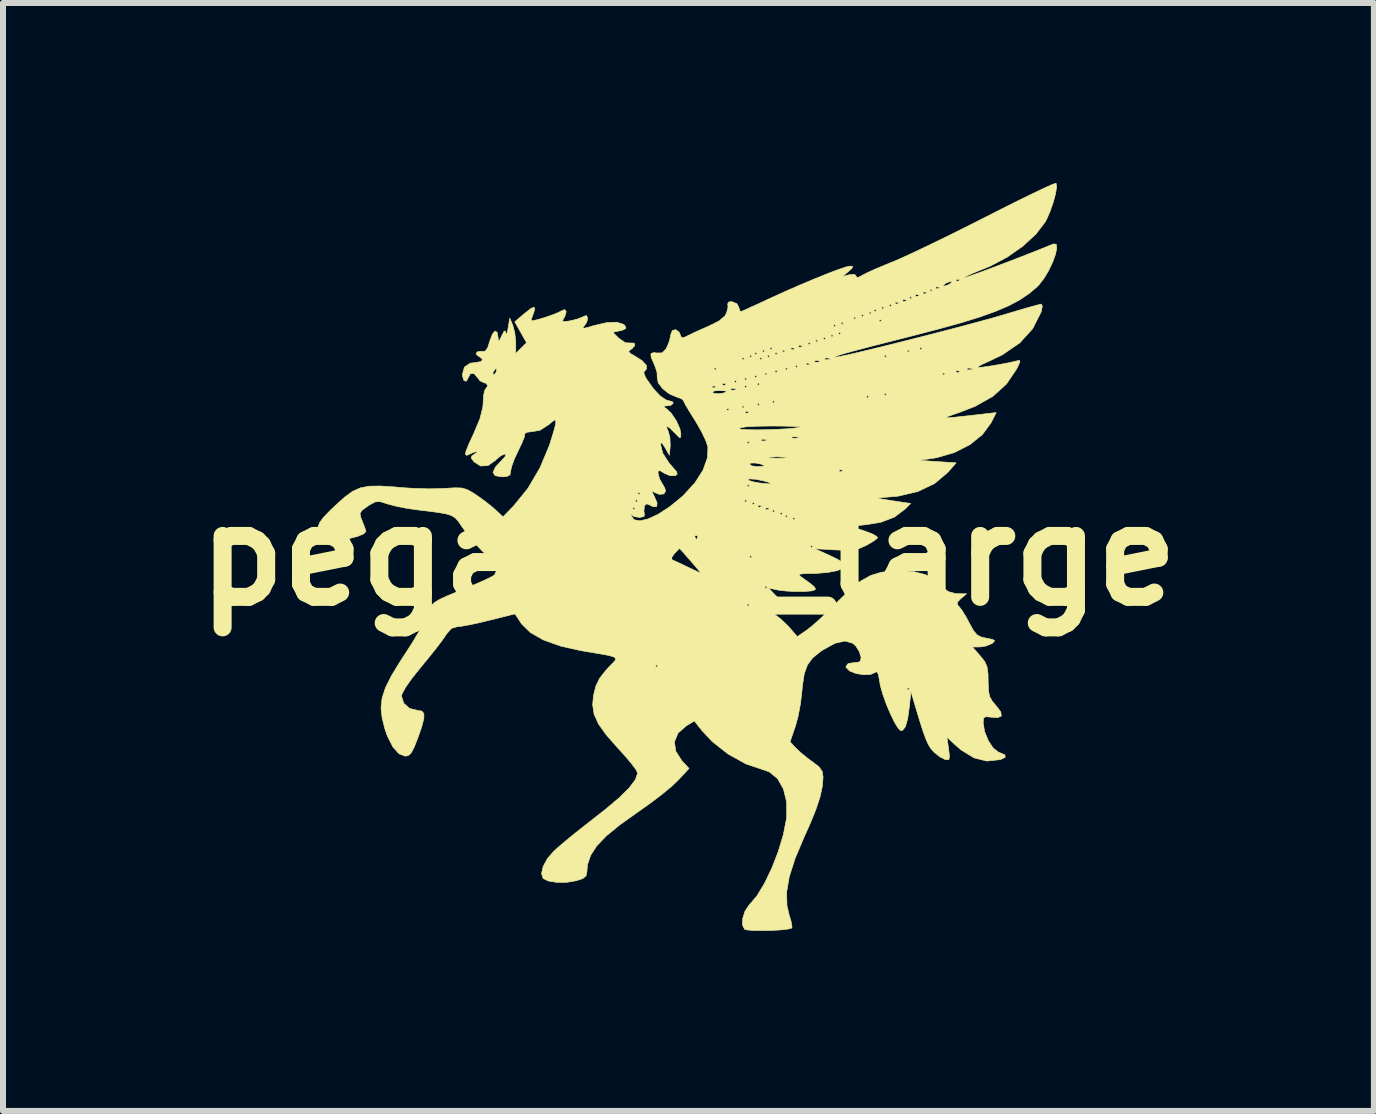
<source format=kicad_pcb>
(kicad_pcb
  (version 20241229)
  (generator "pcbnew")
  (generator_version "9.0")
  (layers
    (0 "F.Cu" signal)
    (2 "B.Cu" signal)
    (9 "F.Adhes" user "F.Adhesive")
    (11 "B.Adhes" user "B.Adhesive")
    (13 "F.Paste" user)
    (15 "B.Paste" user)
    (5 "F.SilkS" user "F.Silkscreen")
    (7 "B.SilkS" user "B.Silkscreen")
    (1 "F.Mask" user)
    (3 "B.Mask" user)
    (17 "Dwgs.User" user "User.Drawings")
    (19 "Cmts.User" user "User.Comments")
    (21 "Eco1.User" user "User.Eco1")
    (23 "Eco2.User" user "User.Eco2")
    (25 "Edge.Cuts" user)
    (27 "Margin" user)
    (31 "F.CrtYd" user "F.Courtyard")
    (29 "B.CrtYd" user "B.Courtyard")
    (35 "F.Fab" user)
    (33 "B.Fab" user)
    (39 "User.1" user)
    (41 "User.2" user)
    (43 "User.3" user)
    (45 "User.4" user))
  (footprint "pegasus_large"
    (layer "F.Cu")
    (at 8.426 6.21)
    (property "Reference" "pegasus_large" (at 0 0 0) (layer "F.SilkS") (effects (font (size 1.524 1.524) (thickness 0.3))))
    (attr through_hole)
    (fp_poly (pts (xy 6.137 -6.146) (xy 6.119 -6.032) (xy 6.08 -5.887) (xy 6.027 -5.735) (xy 5.967 -5.598) (xy 5.944 -5.557) (xy 5.791 -5.357) (xy 5.575 -5.158) (xy 5.316 -4.976) (xy 5.034 -4.826) (xy 4.929 -4.783) (xy 4.774 -4.72) (xy 4.656 -4.669) (xy 4.593 -4.635) (xy 4.587 -4.628) (xy 4.628 -4.638) (xy 4.735 -4.675) (xy 4.894 -4.732) (xy 5.091 -4.806) (xy 5.313 -4.89) (xy 5.547 -4.98) (xy 5.779 -5.071) (xy 5.996 -5.158) (xy 6.085 -5.194) (xy 6.131 -5.188) (xy 6.139 -5.124) (xy 6.117 -5.019) (xy 6.07 -4.889) (xy 6.004 -4.75) (xy 5.925 -4.618) (xy 5.84 -4.509) (xy 5.814 -4.482) (xy 5.678 -4.367) (xy 5.524 -4.263) (xy 5.343 -4.166) (xy 5.126 -4.073) (xy 4.862 -3.978) (xy 4.543 -3.879) (xy 4.159 -3.773) (xy 3.737 -3.663) (xy 3.351 -3.565) (xy 3.042 -3.486) (xy 2.803 -3.423) (xy 2.629 -3.376) (xy 2.514 -3.342) (xy 2.452 -3.32) (xy 2.437 -3.308) (xy 2.448 -3.306) (xy 2.511 -3.315) (xy 2.551 -3.323) (xy 3.26 -3.323) (xy 3.281 -3.302) (xy 3.302 -3.323) (xy 3.281 -3.344) (xy 3.26 -3.323) (xy 2.551 -3.323) (xy 2.643 -3.342) (xy 2.833 -3.386) (xy 2.924 -3.408) (xy 3.641 -3.408) (xy 3.662 -3.387) (xy 3.683 -3.408) (xy 3.662 -3.429) (xy 3.641 -3.408) (xy 2.924 -3.408) (xy 3.071 -3.443) (xy 3.1 -3.45) (xy 3.852 -3.45) (xy 3.873 -3.429) (xy 3.895 -3.45) (xy 3.873 -3.471) (xy 3.852 -3.45) (xy 3.1 -3.45) (xy 3.343 -3.51) (xy 3.638 -3.584) (xy 3.945 -3.662) (xy 4.252 -3.741) (xy 4.547 -3.818) (xy 4.818 -3.891) (xy 5.054 -3.955) (xy 5.243 -4.01) (xy 5.281 -4.021) (xy 5.488 -4.083) (xy 5.667 -4.135) (xy 5.801 -4.172) (xy 5.874 -4.19) (xy 5.882 -4.191) (xy 5.898 -4.156) (xy 5.879 -4.065) (xy 5.875 -4.053) (xy 5.737 -3.781) (xy 5.523 -3.545) (xy 5.233 -3.346) (xy 5.005 -3.237) (xy 4.891 -3.185) (xy 4.828 -3.149) (xy 4.829 -3.134) (xy 4.908 -3.141) (xy 5.04 -3.16) (xy 5.195 -3.186) (xy 5.344 -3.214) (xy 5.456 -3.24) (xy 5.474 -3.245) (xy 5.519 -3.253) (xy 5.525 -3.228) (xy 5.492 -3.154) (xy 5.467 -3.105) (xy 5.3 -2.858) (xy 5.075 -2.655) (xy 4.783 -2.489) (xy 4.522 -2.387) (xy 4.4 -2.345) (xy 4.321 -2.317) (xy 4.292 -2.301) (xy 4.32 -2.296) (xy 4.411 -2.303) (xy 4.572 -2.32) (xy 4.808 -2.346) (xy 4.883 -2.355) (xy 5.13 -2.383) (xy 5.042 -2.21) (xy 4.899 -2.016) (xy 4.691 -1.848) (xy 4.433 -1.717) (xy 4.143 -1.632) (xy 4.053 -1.617) (xy 3.831 -1.587) (xy 4.146 -1.566) (xy 4.462 -1.545) (xy 4.32 -1.384) (xy 4.103 -1.2) (xy 3.824 -1.067) (xy 3.491 -0.989) (xy 3.247 -0.968) (xy 3.173 -0.963) (xy 3.168 -0.954) (xy 3.237 -0.939) (xy 3.384 -0.916) (xy 3.387 -0.915) (xy 3.704 -0.868) (xy 3.611 -0.775) (xy 3.432 -0.64) (xy 3.205 -0.554) (xy 2.969 -0.515) (xy 2.69 -0.487) (xy 2.933 -0.41) (xy 3.057 -0.364) (xy 3.136 -0.321) (xy 3.152 -0.293) (xy 3.102 -0.251) (xy 3.003 -0.191) (xy 2.952 -0.164) (xy 2.845 -0.117) (xy 2.736 -0.093) (xy 2.596 -0.088) (xy 2.442 -0.094) (xy 2.106 -0.114) (xy 2.365 0.004) (xy 2.496 0.069) (xy 2.589 0.126) (xy 2.625 0.163) (xy 2.585 0.21) (xy 2.478 0.252) (xy 2.321 0.282) (xy 2.13 0.298) (xy 2.079 0.299) (xy 1.933 0.301) (xy 1.859 0.31) (xy 1.846 0.327) (xy 1.88 0.358) (xy 1.884 0.36) (xy 2.016 0.455) (xy 2.09 0.515) (xy 2.116 0.55) (xy 2.11 0.571) (xy 2.05 0.59) (xy 1.932 0.599) (xy 1.783 0.6) (xy 1.629 0.592) (xy 1.497 0.576) (xy 1.481 0.573) (xy 1.333 0.541) (xy 1.501 0.715) (xy 1.668 0.889) (xy 1.291 0.889) (xy 1.418 0.967) (xy 1.526 1.048) (xy 1.644 1.159) (xy 1.68 1.197) (xy 1.814 1.351) (xy 1.974 1.242) (xy 2.069 1.167) (xy 2.203 1.048) (xy 2.355 0.902) (xy 2.475 0.781) (xy 2.686 0.575) (xy 2.867 0.428) (xy 3.036 0.333) (xy 3.212 0.279) (xy 3.413 0.257) (xy 3.504 0.255) (xy 3.758 0.269) (xy 3.953 0.32) (xy 4.113 0.413) (xy 4.21 0.503) (xy 4.327 0.6) (xy 4.451 0.635) (xy 4.485 0.636) (xy 4.636 0.638) (xy 4.541 0.717) (xy 4.48 0.779) (xy 4.484 0.823) (xy 4.505 0.844) (xy 4.555 0.907) (xy 4.624 1.018) (xy 4.679 1.121) (xy 4.75 1.251) (xy 4.812 1.324) (xy 4.887 1.361) (xy 4.967 1.378) (xy 5.071 1.399) (xy 5.104 1.42) (xy 5.077 1.452) (xy 5.059 1.466) (xy 4.957 1.509) (xy 4.856 1.524) (xy 4.733 1.524) (xy 4.864 1.674) (xy 4.938 1.767) (xy 4.977 1.855) (xy 4.993 1.971) (xy 4.995 2.092) (xy 5 2.248) (xy 5.02 2.351) (xy 5.066 2.432) (xy 5.122 2.497) (xy 5.206 2.606) (xy 5.215 2.675) (xy 5.151 2.703) (xy 5.053 2.695) (xy 4.957 2.686) (xy 4.918 2.711) (xy 4.912 2.786) (xy 4.936 2.935) (xy 4.997 3.085) (xy 5.079 3.209) (xy 5.169 3.279) (xy 5.183 3.284) (xy 5.273 3.321) (xy 5.281 3.362) (xy 5.205 3.4) (xy 5.196 3.402) (xy 4.974 3.426) (xy 4.76 3.373) (xy 4.545 3.241) (xy 4.451 3.16) (xy 4.308 3.027) (xy 4.336 3.224) (xy 4.35 3.343) (xy 4.343 3.397) (xy 4.309 3.406) (xy 4.279 3.4) (xy 4.19 3.355) (xy 4.093 3.277) (xy 4.089 3.273) (xy 4.041 3.218) (xy 3.998 3.15) (xy 3.955 3.054) (xy 3.905 2.915) (xy 3.844 2.721) (xy 3.783 2.519) (xy 3.708 2.265) (xy 3.682 2.519) (xy 3.653 2.725) (xy 3.616 2.854) (xy 3.569 2.913) (xy 3.541 2.92) (xy 3.497 2.881) (xy 3.436 2.782) (xy 3.368 2.642) (xy 3.299 2.48) (xy 3.24 2.316) (xy 3.214 2.223) (xy 3.641 2.223) (xy 3.662 2.244) (xy 3.683 2.223) (xy 3.662 2.201) (xy 3.641 2.223) (xy 3.214 2.223) (xy 3.199 2.171) (xy 3.186 2.097) (xy 3.165 1.977) (xy 3.138 1.935) (xy 3.118 1.945) (xy 3.037 1.982) (xy 2.919 1.987) (xy 2.793 1.966) (xy 2.687 1.925) (xy 2.629 1.868) (xy 2.625 1.848) (xy 2.662 1.801) (xy 2.732 1.789) (xy 2.823 1.78) (xy 2.864 1.764) (xy 2.878 1.698) (xy 2.848 1.602) (xy 2.789 1.508) (xy 2.737 1.461) (xy 2.608 1.425) (xy 2.441 1.463) (xy 2.236 1.576) (xy 2.194 1.605) (xy 2.067 1.709) (xy 1.983 1.824) (xy 1.93 1.971) (xy 1.899 2.173) (xy 1.891 2.265) (xy 1.867 2.47) (xy 1.827 2.681) (xy 1.78 2.854) (xy 1.779 2.854) (xy 1.693 3.105) (xy 1.788 3.208) (xy 1.882 3.295) (xy 2.007 3.395) (xy 2.064 3.436) (xy 2.175 3.522) (xy 2.229 3.598) (xy 2.243 3.689) (xy 2.243 3.696) (xy 2.23 3.853) (xy 2.192 4.028) (xy 2.124 4.234) (xy 2.02 4.488) (xy 1.929 4.689) (xy 1.778 5.048) (xy 1.68 5.353) (xy 1.636 5.614) (xy 1.642 5.839) (xy 1.677 5.987) (xy 1.712 6.105) (xy 1.726 6.188) (xy 1.722 6.209) (xy 1.664 6.226) (xy 1.547 6.24) (xy 1.395 6.249) (xy 1.232 6.252) (xy 1.085 6.25) (xy 0.976 6.241) (xy 0.936 6.23) (xy 0.9 6.16) (xy 0.904 6.049) (xy 0.942 5.929) (xy 1.007 5.83) (xy 1.016 5.821) (xy 1.141 5.673) (xy 1.269 5.461) (xy 1.391 5.207) (xy 1.498 4.931) (xy 1.581 4.654) (xy 1.632 4.396) (xy 1.637 4.356) (xy 1.636 4.107) (xy 1.583 3.891) (xy 1.485 3.719) (xy 1.348 3.607) (xy 1.259 3.575) (xy 0.959 3.474) (xy 0.661 3.309) (xy 0.392 3.097) (xy 0.221 2.913) (xy 0.098 2.757) (xy -0.037 2.839) (xy -0.175 2.961) (xy -0.234 3.105) (xy -0.212 3.262) (xy -0.108 3.424) (xy -0.097 3.436) (xy 0.009 3.549) (xy -0.175 3.747) (xy -0.28 3.846) (xy -0.436 3.976) (xy -0.624 4.119) (xy -0.824 4.262) (xy -0.855 4.283) (xy -1.148 4.492) (xy -1.371 4.675) (xy -1.53 4.841) (xy -1.631 4.998) (xy -1.683 5.153) (xy -1.693 5.268) (xy -1.707 5.339) (xy -1.763 5.385) (xy -1.872 5.421) (xy -2.028 5.447) (xy -2.192 5.448) (xy -2.333 5.426) (xy -2.422 5.384) (xy -2.422 5.384) (xy -2.449 5.302) (xy -2.423 5.185) (xy -2.352 5.053) (xy -2.251 4.936) (xy -2.185 4.875) (xy -2.116 4.815) (xy -2.033 4.745) (xy -1.925 4.657) (xy -1.782 4.543) (xy -1.591 4.393) (xy -1.388 4.234) (xy -1.159 4.042) (xy -0.988 3.873) (xy -0.883 3.733) (xy -0.847 3.627) (xy -0.874 3.57) (xy -0.95 3.468) (xy -1.061 3.336) (xy -1.183 3.202) (xy -1.372 2.987) (xy -1.5 2.807) (xy -1.573 2.645) (xy -1.597 2.489) (xy -1.584 2.338) (xy -1.544 2.177) (xy -1.482 2.048) (xy -1.378 1.915) (xy -1.322 1.854) (xy -1.309 1.841) (xy -0.55 1.841) (xy -0.529 1.863) (xy -0.508 1.841) (xy -0.529 1.82) (xy -0.55 1.841) (xy -1.309 1.841) (xy -1.26 1.791) (xy -1.22 1.746) (xy -1.213 1.714) (xy -1.247 1.689) (xy -1.332 1.665) (xy -1.479 1.638) (xy -1.695 1.602) (xy -1.79 1.586) (xy -2.133 1.509) (xy -2.418 1.407) (xy -2.637 1.282) (xy -2.782 1.14) (xy -2.795 1.12) (xy -2.854 1.028) (xy -2.889 0.978) (xy -2.894 0.974) (xy -2.935 0.983) (xy -3.041 1.01) (xy -3.194 1.048) (xy -3.319 1.079) (xy -3.508 1.125) (xy -3.678 1.16) (xy -3.804 1.182) (xy -3.849 1.185) (xy -3.95 1.214) (xy -4.034 1.309) (xy -4.041 1.321) (xy -4.1 1.407) (xy -4.2 1.539) (xy -4.326 1.697) (xy -4.452 1.85) (xy -4.607 2.043) (xy -4.717 2.199) (xy -4.775 2.307) (xy -4.784 2.343) (xy -4.746 2.463) (xy -4.648 2.549) (xy -4.516 2.582) (xy -4.445 2.593) (xy -4.41 2.635) (xy -4.411 2.718) (xy -4.447 2.856) (xy -4.513 3.046) (xy -4.575 3.202) (xy -4.624 3.293) (xy -4.672 3.335) (xy -4.722 3.344) (xy -4.826 3.304) (xy -4.927 3.19) (xy -5.018 3.012) (xy -5.06 2.891) (xy -5.107 2.704) (xy -5.125 2.538) (xy -5.107 2.376) (xy -5.051 2.204) (xy -4.951 2.004) (xy -4.804 1.763) (xy -4.717 1.63) (xy -4.594 1.439) (xy -4.486 1.256) (xy -4.402 1.101) (xy -4.355 0.994) (xy -4.354 0.989) (xy -4.326 0.906) (xy -4.294 0.843) (xy -4.277 0.826) (xy 0.974 0.826) (xy 0.995 0.847) (xy 1.016 0.826) (xy 0.995 0.804) (xy 0.974 0.826) (xy -4.277 0.826) (xy -4.243 0.79) (xy -4.161 0.738) (xy -4.034 0.678) (xy -3.849 0.601) (xy -3.722 0.549) (xy -3.674 0.529) (xy 1.27 0.529) (xy 1.291 0.55) (xy 1.312 0.529) (xy 1.291 0.508) (xy 1.27 0.529) (xy -3.674 0.529) (xy -3.539 0.473) (xy -3.384 0.404) (xy -3.275 0.35) (xy -3.231 0.323) (xy -3.202 0.254) (xy -3.205 0.159) (xy -3.234 0.077) (xy -3.28 0.042) (xy -3.3 0.032) (xy -0.28 0.032) (xy -0.275 0.069) (xy -0.216 0.096) (xy -0.108 0.146) (xy -0.021 0.188) (xy 0.097 0.244) (xy 0.18 0.283) (xy 0.205 0.293) (xy 0.186 0.266) (xy 0.125 0.192) (xy 0.035 0.088) (xy -0.024 0.021) (xy 1.016 0.021) (xy 1.037 0.042) (xy 1.058 0.021) (xy 1.037 0) (xy 1.016 0.021) (xy -0.024 0.021) (xy -0.148 -0.12) (xy -0.233 -0.034) (xy -0.28 0.032) (xy -3.3 0.032) (xy -3.34 0.011) (xy -3.435 -0.073) (xy -3.506 -0.148) (xy 2.032 -0.148) (xy 2.053 -0.127) (xy 2.074 -0.148) (xy 2.053 -0.169) (xy 2.032 -0.148) (xy -3.506 -0.148) (xy -3.548 -0.193) (xy -3.649 -0.313) (xy 0.104 -0.313) (xy 0.127 -0.275) (xy 0.191 -0.222) (xy 0.222 -0.212) (xy 0.235 -0.237) (xy 0.212 -0.275) (xy 0.148 -0.329) (xy 0.117 -0.339) (xy 0.104 -0.313) (xy -3.649 -0.313) (xy -3.666 -0.333) (xy -3.772 -0.476) (xy -3.789 -0.501) (xy -3.813 -0.536) (xy 2.596 -0.536) (xy 2.602 -0.511) (xy 2.625 -0.508) (xy 2.66 -0.523) (xy 2.653 -0.536) (xy 2.603 -0.541) (xy 2.596 -0.536) (xy -3.813 -0.536) (xy -3.84 -0.576) (xy -3.889 -0.629) (xy -3.952 -0.667) (xy -4.043 -0.695) (xy -4.179 -0.719) (xy -4.375 -0.744) (xy -4.508 -0.76) (xy -4.697 -0.787) (xy -4.877 -0.823) (xy -5.013 -0.859) (xy -5.022 -0.862) (xy -5.137 -0.898) (xy -5.216 -0.896) (xy -5.301 -0.853) (xy -5.348 -0.822) (xy -5.441 -0.755) (xy -5.475 -0.703) (xy -5.462 -0.634) (xy -5.438 -0.573) (xy -5.398 -0.471) (xy -5.377 -0.407) (xy -5.376 -0.401) (xy -5.415 -0.36) (xy -5.515 -0.319) (xy -5.655 -0.283) (xy -5.811 -0.26) (xy -5.925 -0.254) (xy -6.181 -0.254) (xy -6.181 -0.405) (xy -6.173 -0.483) (xy -6.144 -0.555) (xy -6.081 -0.639) (xy -5.972 -0.751) (xy -5.88 -0.839) (xy -5.728 -0.975) (xy -5.598 -1.07) (xy -5.469 -1.128) (xy -5.322 -1.156) (xy -5.137 -1.159) (xy -4.894 -1.143) (xy -4.805 -1.134) (xy -4.577 -1.119) (xy -4.336 -1.112) (xy -4.124 -1.115) (xy -4.061 -1.119) (xy -3.894 -1.129) (xy -3.781 -1.126) (xy -3.694 -1.101) (xy -3.601 -1.05) (xy -3.543 -1.013) (xy -3.403 -0.914) (xy -3.271 -0.809) (xy -3.219 -0.763) (xy -3.092 -0.645) (xy -2.957 -0.783) (xy -0.931 -0.783) (xy -0.91 -0.762) (xy -0.889 -0.783) (xy -0.91 -0.804) (xy -0.931 -0.783) (xy -2.957 -0.783) (xy -2.911 -0.83) (xy -2.846 -0.91) (xy -0.889 -0.91) (xy -0.868 -0.889) (xy -0.847 -0.91) (xy -0.868 -0.931) (xy -0.889 -0.91) (xy -2.846 -0.91) (xy -2.743 -1.037) (xy -0.847 -1.037) (xy -0.826 -1.016) (xy -0.804 -1.037) (xy -0.826 -1.058) (xy -0.847 -1.037) (xy -2.743 -1.037) (xy -2.677 -1.119) (xy -2.475 -1.462) (xy -2.32 -1.832) (xy -2.306 -1.875) (xy -2.246 -2.07) (xy -2.214 -2.193) (xy -2.211 -2.253) (xy -2.236 -2.258) (xy -2.291 -2.215) (xy -2.321 -2.187) (xy -2.476 -2.088) (xy -2.595 -2.067) (xy -2.689 -2.055) (xy -2.729 -2.034) (xy -2.728 -2.029) (xy -2.736 -1.977) (xy -2.776 -1.875) (xy -2.836 -1.751) (xy -2.903 -1.608) (xy -2.949 -1.481) (xy -2.963 -1.409) (xy -2.976 -1.343) (xy -3.031 -1.316) (xy -3.111 -1.312) (xy -3.223 -1.331) (xy -3.258 -1.385) (xy -3.218 -1.474) (xy -3.128 -1.571) (xy -3.057 -1.648) (xy -3.044 -1.689) (xy -3.057 -1.693) (xy -3.126 -1.665) (xy -3.211 -1.595) (xy -3.217 -1.587) (xy -3.341 -1.5) (xy -3.464 -1.492) (xy -3.574 -1.562) (xy -3.622 -1.625) (xy -3.61 -1.662) (xy -3.57 -1.688) (xy -3.522 -1.724) (xy -3.537 -1.733) (xy -3.599 -1.713) (xy -3.643 -1.692) (xy -3.696 -1.67) (xy -3.718 -1.684) (xy -3.707 -1.743) (xy -3.661 -1.857) (xy -3.578 -2.037) (xy -3.574 -2.046) (xy -3.474 -2.286) (xy -3.427 -2.479) (xy -3.422 -2.558) (xy -3.414 -2.679) (xy -3.394 -2.76) (xy -3.383 -2.775) (xy -3.345 -2.828) (xy -3.373 -2.872) (xy -3.406 -2.879) (xy -3.474 -2.912) (xy -3.514 -2.963) (xy -3.577 -3.037) (xy -3.635 -3.032) (xy -3.671 -2.964) (xy -3.704 -2.905) (xy -3.742 -2.917) (xy -3.766 -2.989) (xy -3.768 -3.021) (xy -3.761 -3.046) (xy -3.26 -3.046) (xy -3.246 -3.007) (xy -3.215 -3.041) (xy -3.201 -3.071) (xy -3.198 -3.115) (xy -3.218 -3.111) (xy -3.258 -3.057) (xy -3.26 -3.046) (xy -3.761 -3.046) (xy -3.735 -3.141) (xy -3.638 -3.206) (xy -3.548 -3.217) (xy -3.456 -3.233) (xy -3.431 -3.27) (xy -3.481 -3.313) (xy -3.495 -3.318) (xy -3.541 -3.358) (xy -3.522 -3.395) (xy -3.456 -3.405) (xy -3.438 -3.401) (xy -3.387 -3.407) (xy -3.346 -3.466) (xy -3.311 -3.577) (xy -3.267 -3.693) (xy -3.223 -3.742) (xy -3.188 -3.719) (xy -3.173 -3.628) (xy -3.167 -3.575) (xy -3.147 -3.592) (xy -3.113 -3.662) (xy -3.073 -3.739) (xy -3.053 -3.743) (xy -3.045 -3.704) (xy -3.034 -3.687) (xy -3.016 -3.742) (xy -3.007 -3.789) (xy -2.979 -3.958) (xy -2.929 -3.839) (xy -2.896 -3.717) (xy -2.879 -3.569) (xy -2.879 -3.544) (xy -2.879 -3.368) (xy -2.699 -3.547) (xy -2.797 -3.722) (xy -2.895 -3.896) (xy -2.749 -4.021) (xy -2.636 -4.111) (xy -2.575 -4.141) (xy -2.562 -4.11) (xy -2.583 -4.04) (xy -2.614 -3.955) (xy -2.625 -3.915) (xy -2.589 -3.915) (xy -2.501 -3.936) (xy -2.384 -3.971) (xy -2.265 -4.012) (xy -2.169 -4.051) (xy -2.126 -4.074) (xy -2.064 -4.1) (xy -2.038 -4.065) (xy -2.06 -3.988) (xy -2.069 -3.972) (xy -2.099 -3.916) (xy -2.082 -3.897) (xy -2.003 -3.907) (xy -1.962 -3.914) (xy -1.844 -3.944) (xy -1.76 -3.978) (xy -1.75 -3.985) (xy -1.701 -4.001) (xy -1.681 -3.961) (xy -1.694 -3.893) (xy -1.727 -3.842) (xy -1.759 -3.8) (xy -1.748 -3.787) (xy -1.68 -3.802) (xy -1.583 -3.831) (xy -1.365 -3.882) (xy -1.195 -3.889) (xy -1.082 -3.854) (xy -1.061 -3.835) (xy -1.041 -3.79) (xy -1.087 -3.761) (xy -1.137 -3.748) (xy -1.261 -3.721) (xy -1.161 -3.621) (xy -1.051 -3.547) (xy -0.975 -3.543) (xy -0.905 -3.541) (xy -0.894 -3.5) (xy -0.946 -3.444) (xy -0.96 -3.436) (xy -0.997 -3.404) (xy -0.973 -3.37) (xy -0.904 -3.331) (xy -0.773 -3.248) (xy -0.701 -3.171) (xy -0.698 -3.11) (xy -0.716 -3.092) (xy -0.745 -3.053) (xy -0.723 -2.984) (xy -0.695 -2.937) (xy -0.582 -2.778) (xy -0.469 -2.658) (xy -0.369 -2.591) (xy -0.331 -2.582) (xy -0.266 -2.563) (xy -0.254 -2.54) (xy -0.29 -2.506) (xy -0.349 -2.496) (xy -0.412 -2.491) (xy -0.397 -2.468) (xy -0.374 -2.454) (xy -0.287 -2.372) (xy -0.203 -2.247) (xy -0.143 -2.114) (xy -0.127 -2.031) (xy -0.13 -1.971) (xy -0.151 -1.966) (xy -0.206 -2.021) (xy -0.231 -2.047) (xy -0.318 -2.132) (xy -0.362 -2.155) (xy -0.358 -2.115) (xy -0.338 -2.073) (xy -0.31 -1.972) (xy -0.304 -1.843) (xy -0.304 -1.829) (xy -0.318 -1.672) (xy -0.39 -1.799) (xy -0.439 -1.873) (xy -0.461 -1.873) (xy -0.464 -1.849) (xy -0.429 -1.706) (xy -0.322 -1.54) (xy -0.263 -1.472) (xy -0.197 -1.395) (xy -0.188 -1.354) (xy -0.226 -1.33) (xy -0.311 -1.332) (xy -0.402 -1.372) (xy -0.476 -1.416) (xy -0.504 -1.41) (xy -0.507 -1.366) (xy -0.481 -1.274) (xy -0.443 -1.209) (xy -0.394 -1.123) (xy -0.381 -1.071) (xy -0.413 -1.026) (xy -0.487 -1.02) (xy -0.57 -1.053) (xy -0.59 -1.069) (xy -0.609 -1.072) (xy -0.586 -1.017) (xy -0.569 -0.986) (xy -0.523 -0.876) (xy -0.53 -0.815) (xy -0.588 -0.813) (xy -0.633 -0.836) (xy -0.7 -0.863) (xy -0.734 -0.827) (xy -0.736 -0.824) (xy -0.743 -0.73) (xy -0.735 -0.699) (xy -0.74 -0.65) (xy -0.815 -0.635) (xy -0.817 -0.635) (xy -0.906 -0.65) (xy -0.946 -0.678) (xy -0.96 -0.689) (xy -0.957 -0.671) (xy -0.909 -0.597) (xy -0.809 -0.578) (xy -0.67 -0.61) (xy -0.662 -0.614) (xy 1.736 -0.614) (xy 1.757 -0.593) (xy 1.778 -0.614) (xy 1.757 -0.635) (xy 1.736 -0.614) (xy -0.662 -0.614) (xy -0.573 -0.656) (xy 1.609 -0.656) (xy 1.63 -0.635) (xy 1.651 -0.656) (xy 1.63 -0.677) (xy 1.609 -0.656) (xy -0.573 -0.656) (xy -0.5 -0.69) (xy -0.488 -0.699) (xy 1.524 -0.699) (xy 1.545 -0.677) (xy 1.566 -0.699) (xy 1.545 -0.72) (xy 1.524 -0.699) (xy -0.488 -0.699) (xy -0.423 -0.741) (xy 1.397 -0.741) (xy 1.418 -0.72) (xy 1.439 -0.741) (xy 1.418 -0.762) (xy 1.397 -0.741) (xy -0.423 -0.741) (xy -0.347 -0.79) (xy 1.284 -0.79) (xy 1.29 -0.765) (xy 1.312 -0.762) (xy 1.347 -0.777) (xy 1.341 -0.79) (xy 1.29 -0.795) (xy 1.284 -0.79) (xy -0.347 -0.79) (xy -0.31 -0.815) (xy -0.288 -0.833) (xy 1.157 -0.833) (xy 1.163 -0.807) (xy 1.185 -0.804) (xy 1.22 -0.82) (xy 1.214 -0.833) (xy 1.163 -0.838) (xy 1.157 -0.833) (xy -0.288 -0.833) (xy -0.245 -0.868) (xy 1.058 -0.868) (xy 1.079 -0.847) (xy 1.101 -0.868) (xy 1.079 -0.889) (xy 1.058 -0.868) (xy -0.245 -0.868) (xy -0.193 -0.91) (xy 0.931 -0.91) (xy 0.953 -0.889) (xy 0.974 -0.91) (xy 0.953 -0.931) (xy 0.931 -0.91) (xy -0.193 -0.91) (xy -0.11 -0.979) (xy -0.088 -0.998) (xy 0.064 -1.164) (xy 0.974 -1.164) (xy 0.995 -1.143) (xy 1.016 -1.164) (xy 0.995 -1.185) (xy 0.974 -1.164) (xy 0.064 -1.164) (xy 0.106 -1.21) (xy 0.147 -1.273) (xy 0.995 -1.273) (xy 1.002 -1.253) (xy 1.072 -1.23) (xy 1.179 -1.21) (xy 1.302 -1.197) (xy 1.355 -1.195) (xy 1.378 -1.202) (xy 1.329 -1.223) (xy 1.249 -1.245) (xy 1.12 -1.271) (xy 1.024 -1.278) (xy 0.995 -1.273) (xy 0.147 -1.273) (xy 0.243 -1.425) (xy 2.512 -1.425) (xy 2.518 -1.4) (xy 2.54 -1.397) (xy 2.575 -1.412) (xy 2.568 -1.425) (xy 2.518 -1.43) (xy 2.512 -1.425) (xy 0.243 -1.425) (xy 0.244 -1.427) (xy 0.279 -1.525) (xy 1.016 -1.525) (xy 1.053 -1.495) (xy 1.143 -1.482) (xy 1.15 -1.482) (xy 1.237 -1.486) (xy 1.267 -1.496) (xy 1.266 -1.497) (xy 1.203 -1.526) (xy 1.116 -1.542) (xy 1.041 -1.542) (xy 1.016 -1.525) (xy 0.279 -1.525) (xy 0.317 -1.631) (xy 1.312 -1.631) (xy 1.355 -1.625) (xy 1.464 -1.622) (xy 1.482 -1.622) (xy 1.598 -1.624) (xy 1.65 -1.63) (xy 1.628 -1.638) (xy 1.619 -1.639) (xy 1.471 -1.646) (xy 1.344 -1.639) (xy 1.312 -1.631) (xy 0.317 -1.631) (xy 0.318 -1.636) (xy 0.324 -1.809) (xy 0.3 -1.884) (xy 0.974 -1.884) (xy 0.995 -1.863) (xy 1.016 -1.884) (xy 0.995 -1.905) (xy 0.974 -1.884) (xy 0.3 -1.884) (xy 0.29 -1.912) (xy 0.289 -1.915) (xy 1.204 -1.915) (xy 1.245 -1.908) (xy 1.3 -1.916) (xy 1.301 -1.931) (xy 1.244 -1.941) (xy 1.22 -1.934) (xy 1.204 -1.915) (xy 0.289 -1.915) (xy 0.268 -1.96) (xy 1.72 -1.96) (xy 1.778 -1.954) (xy 1.838 -1.961) (xy 1.831 -1.975) (xy 1.744 -1.981) (xy 1.725 -1.975) (xy 1.72 -1.96) (xy 0.268 -1.96) (xy 0.221 -2.058) (xy 0.189 -2.115) (xy 0.847 -2.115) (xy 0.886 -2.103) (xy 0.989 -2.097) (xy 1.137 -2.095) (xy 1.31 -2.098) (xy 1.488 -2.104) (xy 1.651 -2.113) (xy 1.778 -2.125) (xy 1.851 -2.139) (xy 1.859 -2.144) (xy 1.827 -2.149) (xy 1.725 -2.154) (xy 1.569 -2.158) (xy 1.376 -2.159) (xy 1.362 -2.159) (xy 1.124 -2.155) (xy 0.956 -2.145) (xy 0.864 -2.129) (xy 0.847 -2.115) (xy 0.189 -2.115) (xy 0.131 -2.217) (xy 0.108 -2.254) (xy 0.02 -2.395) (xy 0.018 -2.399) (xy 0.945 -2.399) (xy 0.951 -2.374) (xy 0.974 -2.371) (xy 1.009 -2.386) (xy 1.002 -2.399) (xy 0.952 -2.404) (xy 0.945 -2.399) (xy 0.018 -2.399) (xy -0.003 -2.434) (xy 0.635 -2.434) (xy 0.656 -2.413) (xy 0.677 -2.434) (xy 0.656 -2.455) (xy 0.635 -2.434) (xy -0.003 -2.434) (xy -0.028 -2.477) (xy 0.889 -2.477) (xy 0.91 -2.455) (xy 0.931 -2.477) (xy 0.91 -2.498) (xy 0.889 -2.477) (xy -0.028 -2.477) (xy -0.047 -2.508) (xy -0.052 -2.519) (xy 1.143 -2.519) (xy 1.164 -2.498) (xy 1.185 -2.519) (xy 1.164 -2.54) (xy 1.143 -2.519) (xy -0.052 -2.519) (xy -0.074 -2.561) (xy 1.397 -2.561) (xy 1.418 -2.54) (xy 1.439 -2.561) (xy 1.418 -2.582) (xy 1.397 -2.561) (xy -0.074 -2.561) (xy -0.082 -2.576) (xy -0.085 -2.585) (xy -0.121 -2.616) (xy -0.201 -2.644) (xy -0.205 -2.646) (xy 2.963 -2.646) (xy 2.985 -2.625) (xy 3.006 -2.646) (xy 2.985 -2.667) (xy 2.963 -2.646) (xy -0.205 -2.646) (xy -0.302 -2.688) (xy 3.26 -2.688) (xy 3.281 -2.667) (xy 3.302 -2.688) (xy 3.281 -2.709) (xy 3.26 -2.688) (xy -0.302 -2.688) (xy -0.324 -2.698) (xy -0.348 -2.717) (xy 0.398 -2.717) (xy 0.399 -2.715) (xy 0.446 -2.699) (xy 0.529 -2.699) (xy 0.605 -2.714) (xy 0.635 -2.735) (xy 0.598 -2.747) (xy 0.509 -2.752) (xy 0.506 -2.752) (xy 0.423 -2.742) (xy 0.398 -2.717) (xy -0.348 -2.717) (xy -0.405 -2.762) (xy 0.696 -2.762) (xy 0.737 -2.755) (xy 0.792 -2.763) (xy 0.793 -2.777) (xy 0.736 -2.787) (xy 0.712 -2.781) (xy 0.696 -2.762) (xy -0.405 -2.762) (xy -0.432 -2.784) (xy -0.461 -2.822) (xy 0.395 -2.822) (xy 0.401 -2.797) (xy 0.423 -2.794) (xy 0.458 -2.809) (xy 0.455 -2.815) (xy 0.931 -2.815) (xy 0.953 -2.794) (xy 0.974 -2.815) (xy 0.953 -2.836) (xy 0.931 -2.815) (xy 0.455 -2.815) (xy 0.452 -2.822) (xy 0.401 -2.827) (xy 0.395 -2.822) (xy -0.461 -2.822) (xy -0.493 -2.865) (xy 0.564 -2.865) (xy 0.57 -2.839) (xy 0.593 -2.836) (xy 0.628 -2.852) (xy 0.625 -2.857) (xy 1.143 -2.857) (xy 1.164 -2.836) (xy 1.185 -2.857) (xy 1.164 -2.879) (xy 1.143 -2.857) (xy 0.625 -2.857) (xy 0.621 -2.865) (xy 0.571 -2.87) (xy 0.564 -2.865) (xy -0.493 -2.865) (xy -0.505 -2.88) (xy -0.508 -2.9) (xy 0.762 -2.9) (xy 0.783 -2.879) (xy 0.804 -2.9) (xy 0.783 -2.921) (xy 0.762 -2.9) (xy -0.508 -2.9) (xy -0.516 -2.942) (xy 0.931 -2.942) (xy 0.953 -2.921) (xy 0.974 -2.942) (xy 0.953 -2.963) (xy 0.931 -2.942) (xy -0.516 -2.942) (xy -0.52 -2.964) (xy -0.521 -2.985) (xy 1.101 -2.985) (xy 1.122 -2.963) (xy 1.143 -2.985) (xy 1.122 -3.006) (xy 1.101 -2.985) (xy -0.521 -2.985) (xy -0.523 -3.027) (xy 1.27 -3.027) (xy 1.291 -3.006) (xy 1.312 -3.027) (xy 4.233 -3.027) (xy 4.255 -3.006) (xy 4.276 -3.027) (xy 4.255 -3.048) (xy 4.233 -3.027) (xy 1.312 -3.027) (xy 1.291 -3.048) (xy 1.27 -3.027) (xy -0.523 -3.027) (xy -0.524 -3.054) (xy -0.529 -3.069) (xy 1.439 -3.069) (xy 1.46 -3.048) (xy 1.482 -3.069) (xy 1.475 -3.076) (xy 4.459 -3.076) (xy 4.465 -3.051) (xy 4.487 -3.048) (xy 4.522 -3.063) (xy 4.516 -3.076) (xy 4.465 -3.081) (xy 4.459 -3.076) (xy 1.475 -3.076) (xy 1.46 -3.09) (xy 1.439 -3.069) (xy -0.529 -3.069) (xy -0.543 -3.111) (xy 0.423 -3.111) (xy 0.445 -3.09) (xy 0.466 -3.111) (xy 1.609 -3.111) (xy 1.63 -3.09) (xy 1.64 -3.1) (xy 4.633 -3.1) (xy 4.674 -3.094) (xy 4.729 -3.101) (xy 4.73 -3.116) (xy 4.673 -3.126) (xy 4.649 -3.119) (xy 4.633 -3.1) (xy 1.64 -3.1) (xy 1.651 -3.111) (xy 1.63 -3.133) (xy 1.609 -3.111) (xy 0.466 -3.111) (xy 0.445 -3.133) (xy 0.423 -3.111) (xy -0.543 -3.111) (xy -0.557 -3.154) (xy 1.778 -3.154) (xy 1.799 -3.133) (xy 1.82 -3.154) (xy 1.799 -3.175) (xy 1.778 -3.154) (xy -0.557 -3.154) (xy -0.562 -3.168) (xy -0.567 -3.179) (xy -0.578 -3.203) (xy 1.961 -3.203) (xy 1.967 -3.178) (xy 1.99 -3.175) (xy 2.025 -3.19) (xy 2.018 -3.203) (xy 1.968 -3.208) (xy 1.961 -3.203) (xy -0.578 -3.203) (xy -0.588 -3.227) (xy 2.093 -3.227) (xy 2.134 -3.221) (xy 2.189 -3.228) (xy 2.19 -3.243) (xy 2.133 -3.253) (xy 2.109 -3.246) (xy 2.093 -3.227) (xy -0.588 -3.227) (xy -0.612 -3.281) (xy 0.889 -3.281) (xy 0.91 -3.26) (xy 0.931 -3.281) (xy 1.185 -3.281) (xy 1.206 -3.26) (xy 1.217 -3.27) (xy 2.262 -3.27) (xy 2.304 -3.263) (xy 2.359 -3.271) (xy 2.359 -3.285) (xy 2.303 -3.295) (xy 2.278 -3.289) (xy 2.262 -3.27) (xy 1.217 -3.27) (xy 1.228 -3.281) (xy 1.206 -3.302) (xy 1.185 -3.281) (xy 0.931 -3.281) (xy 0.91 -3.302) (xy 0.889 -3.281) (xy -0.612 -3.281) (xy -0.621 -3.302) (xy -0.623 -3.323) (xy 1.016 -3.323) (xy 1.037 -3.302) (xy 1.058 -3.323) (xy 1.312 -3.323) (xy 1.333 -3.302) (xy 1.355 -3.323) (xy 1.333 -3.344) (xy 1.312 -3.323) (xy 1.058 -3.323) (xy 1.037 -3.344) (xy 1.016 -3.323) (xy -0.623 -3.323) (xy -0.626 -3.365) (xy -0.625 -3.365) (xy 1.101 -3.365) (xy 1.122 -3.344) (xy 1.143 -3.365) (xy 1.439 -3.365) (xy 1.46 -3.344) (xy 1.482 -3.365) (xy 1.46 -3.387) (xy 1.439 -3.365) (xy 1.143 -3.365) (xy 1.122 -3.387) (xy 1.101 -3.365) (xy -0.625 -3.365) (xy -0.579 -3.383) (xy -0.527 -3.376) (xy -0.44 -3.378) (xy -0.41 -3.408) (xy 1.228 -3.408) (xy 1.249 -3.387) (xy 1.27 -3.408) (xy 1.566 -3.408) (xy 1.587 -3.387) (xy 1.609 -3.408) (xy 1.587 -3.429) (xy 1.566 -3.408) (xy 1.27 -3.408) (xy 1.249 -3.429) (xy 1.228 -3.408) (xy -0.41 -3.408) (xy -0.378 -3.439) (xy -0.372 -3.45) (xy 1.355 -3.45) (xy 1.376 -3.429) (xy 1.397 -3.45) (xy 1.39 -3.457) (xy 1.707 -3.457) (xy 1.713 -3.432) (xy 1.736 -3.429) (xy 1.771 -3.444) (xy 1.764 -3.457) (xy 1.714 -3.462) (xy 1.707 -3.457) (xy 1.39 -3.457) (xy 1.376 -3.471) (xy 1.355 -3.45) (xy -0.372 -3.45) (xy -0.358 -3.475) (xy -0.348 -3.5) (xy 1.834 -3.5) (xy 1.84 -3.474) (xy 1.863 -3.471) (xy 1.898 -3.487) (xy 1.891 -3.5) (xy 1.841 -3.505) (xy 1.834 -3.5) (xy -0.348 -3.5) (xy -0.334 -3.535) (xy 1.99 -3.535) (xy 2.011 -3.514) (xy 2.032 -3.535) (xy 2.011 -3.556) (xy 1.99 -3.535) (xy -0.334 -3.535) (xy -0.318 -3.577) (xy 2.117 -3.577) (xy 2.138 -3.556) (xy 2.159 -3.577) (xy 2.138 -3.598) (xy 2.117 -3.577) (xy -0.318 -3.577) (xy -0.313 -3.588) (xy -0.308 -3.619) (xy 2.244 -3.619) (xy 2.265 -3.598) (xy 2.286 -3.619) (xy 2.265 -3.641) (xy 2.244 -3.619) (xy -0.308 -3.619) (xy -0.296 -3.681) (xy -0.269 -3.751) (xy -0.211 -3.765) (xy -0.155 -3.722) (xy -0.14 -3.687) (xy -0.118 -3.635) (xy -0.072 -3.635) (xy -0.016 -3.662) (xy 2.371 -3.662) (xy 2.392 -3.641) (xy 2.413 -3.662) (xy 2.392 -3.683) (xy 2.371 -3.662) (xy -0.016 -3.662) (xy -0.007 -3.666) (xy 0.071 -3.704) (xy 2.498 -3.704) (xy 2.519 -3.683) (xy 2.54 -3.704) (xy 2.519 -3.725) (xy 2.498 -3.704) (xy 0.071 -3.704) (xy 0.094 -3.716) (xy 0.237 -3.78) (xy 0.349 -3.829) (xy 0.353 -3.831) (xy 2.413 -3.831) (xy 2.434 -3.81) (xy 2.455 -3.831) (xy 2.434 -3.852) (xy 2.413 -3.831) (xy 0.353 -3.831) (xy 0.437 -3.873) (xy 2.54 -3.873) (xy 2.561 -3.852) (xy 2.582 -3.873) (xy 2.561 -3.895) (xy 2.54 -3.873) (xy 0.437 -3.873) (xy 0.513 -3.912) (xy 0.518 -3.916) (xy 3.175 -3.916) (xy 3.196 -3.895) (xy 3.217 -3.916) (xy 3.196 -3.937) (xy 3.175 -3.916) (xy 0.518 -3.916) (xy 0.567 -3.958) (xy 2.752 -3.958) (xy 2.773 -3.937) (xy 2.794 -3.958) (xy 2.773 -3.979) (xy 2.752 -3.958) (xy 0.567 -3.958) (xy 0.608 -3.994) (xy 0.611 -4) (xy 2.879 -4) (xy 2.9 -3.979) (xy 2.921 -4) (xy 2.9 -4.022) (xy 2.879 -4) (xy 0.611 -4) (xy 0.635 -4.043) (xy 3.006 -4.043) (xy 3.027 -4.022) (xy 3.048 -4.043) (xy 3.027 -4.064) (xy 3.006 -4.043) (xy 0.635 -4.043) (xy 0.635 -4.044) (xy 0.659 -4.139) (xy 0.654 -4.195) (xy 0.669 -4.225) (xy 0.721 -4.233) (xy 0.807 -4.198) (xy 0.834 -4.149) (xy 0.858 -4.08) (xy 0.87 -4.064) (xy 0.911 -4.081) (xy 0.921 -4.085) (xy 3.09 -4.085) (xy 3.111 -4.064) (xy 3.133 -4.085) (xy 3.111 -4.106) (xy 3.09 -4.085) (xy 0.921 -4.085) (xy 1.013 -4.126) (xy 1.015 -4.128) (xy 3.217 -4.128) (xy 3.239 -4.106) (xy 3.26 -4.128) (xy 3.239 -4.149) (xy 3.217 -4.128) (xy 1.015 -4.128) (xy 1.108 -4.17) (xy 3.344 -4.17) (xy 3.365 -4.149) (xy 3.387 -4.17) (xy 3.365 -4.191) (xy 3.344 -4.17) (xy 1.108 -4.17) (xy 1.159 -4.193) (xy 1.215 -4.219) (xy 3.443 -4.219) (xy 3.449 -4.194) (xy 3.471 -4.191) (xy 3.506 -4.206) (xy 3.5 -4.219) (xy 3.449 -4.224) (xy 3.443 -4.219) (xy 1.215 -4.219) (xy 1.299 -4.258) (xy 1.306 -4.262) (xy 3.57 -4.262) (xy 3.576 -4.236) (xy 3.598 -4.233) (xy 3.633 -4.249) (xy 3.627 -4.262) (xy 3.576 -4.267) (xy 3.57 -4.262) (xy 1.306 -4.262) (xy 1.383 -4.297) (xy 3.683 -4.297) (xy 3.704 -4.276) (xy 3.725 -4.297) (xy 3.704 -4.318) (xy 3.683 -4.297) (xy 1.383 -4.297) (xy 1.491 -4.346) (xy 3.782 -4.346) (xy 3.788 -4.321) (xy 3.81 -4.318) (xy 3.845 -4.333) (xy 3.838 -4.346) (xy 3.788 -4.351) (xy 3.782 -4.346) (xy 1.491 -4.346) (xy 1.563 -4.379) (xy 1.584 -4.389) (xy 3.909 -4.389) (xy 3.915 -4.363) (xy 3.937 -4.36) (xy 3.972 -4.376) (xy 3.965 -4.389) (xy 3.915 -4.394) (xy 3.909 -4.389) (xy 1.584 -4.389) (xy 1.664 -4.424) (xy 4.022 -4.424) (xy 4.043 -4.403) (xy 4.064 -4.424) (xy 4.043 -4.445) (xy 4.022 -4.424) (xy 1.664 -4.424) (xy 1.777 -4.473) (xy 4.12 -4.473) (xy 4.126 -4.448) (xy 4.149 -4.445) (xy 4.184 -4.46) (xy 4.177 -4.473) (xy 4.127 -4.478) (xy 4.12 -4.473) (xy 1.777 -4.473) (xy 1.828 -4.496) (xy 1.829 -4.496) (xy 4.242 -4.496) (xy 4.255 -4.489) (xy 4.324 -4.51) (xy 4.36 -4.53) (xy 4.394 -4.563) (xy 4.381 -4.571) (xy 4.312 -4.55) (xy 4.276 -4.53) (xy 4.242 -4.496) (xy 1.829 -4.496) (xy 2.075 -4.6) (xy 4.459 -4.6) (xy 4.465 -4.575) (xy 4.487 -4.572) (xy 4.522 -4.587) (xy 4.516 -4.6) (xy 4.465 -4.605) (xy 4.459 -4.6) (xy 2.075 -4.6) (xy 2.08 -4.602) (xy 2.305 -4.694) (xy 2.492 -4.765) (xy 2.627 -4.81) (xy 2.696 -4.825) (xy 2.74 -4.816) (xy 2.722 -4.784) (xy 2.669 -4.737) (xy 2.566 -4.651) (xy 2.68 -4.68) (xy 2.77 -4.687) (xy 2.794 -4.656) (xy 2.814 -4.63) (xy 2.882 -4.662) (xy 2.889 -4.667) (xy 2.969 -4.709) (xy 3.105 -4.771) (xy 3.276 -4.843) (xy 3.387 -4.888) (xy 3.529 -4.948) (xy 3.733 -5.042) (xy 3.984 -5.161) (xy 4.269 -5.299) (xy 4.574 -5.45) (xy 4.885 -5.607) (xy 4.946 -5.638) (xy 5.234 -5.784) (xy 5.497 -5.916) (xy 5.726 -6.028) (xy 5.912 -6.116) (xy 6.046 -6.177) (xy 6.118 -6.204) (xy 6.128 -6.205) (xy 6.137 -6.146)) (stroke (width 0.01) (type solid)) (fill yes) (layer "F.SilkS")))
  (gr_rect
    (start -3 -3)
    (end 19.851 15.468)
    (stroke (width 0.1) (type default))
    (fill no)
    (layer "Edge.Cuts")))
</source>
